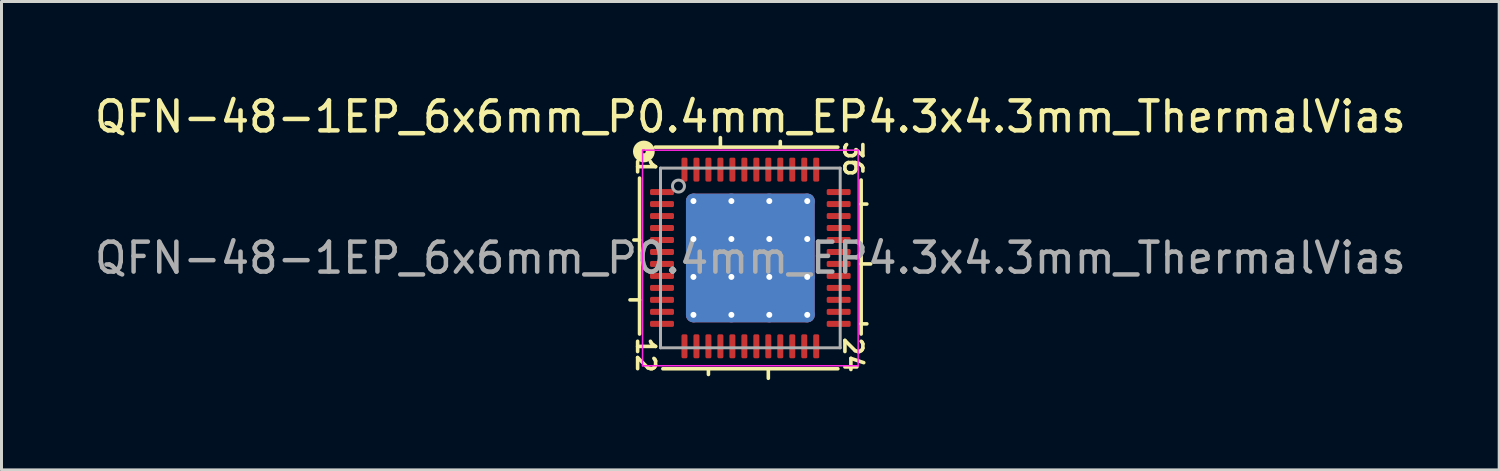
<source format=kicad_pcb>
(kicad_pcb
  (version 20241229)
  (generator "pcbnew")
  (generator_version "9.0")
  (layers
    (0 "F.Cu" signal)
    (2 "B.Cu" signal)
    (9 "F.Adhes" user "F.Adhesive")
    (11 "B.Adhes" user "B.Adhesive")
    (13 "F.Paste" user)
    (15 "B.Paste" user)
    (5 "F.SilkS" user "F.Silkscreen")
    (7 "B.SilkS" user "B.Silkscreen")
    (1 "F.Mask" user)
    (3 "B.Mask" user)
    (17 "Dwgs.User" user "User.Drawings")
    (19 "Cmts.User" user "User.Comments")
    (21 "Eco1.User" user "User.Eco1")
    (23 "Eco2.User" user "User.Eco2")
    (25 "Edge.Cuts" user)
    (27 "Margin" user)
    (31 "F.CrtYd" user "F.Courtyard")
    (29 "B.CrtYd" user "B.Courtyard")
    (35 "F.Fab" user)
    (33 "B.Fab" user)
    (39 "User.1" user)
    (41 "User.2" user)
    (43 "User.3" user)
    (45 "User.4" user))
  (footprint "QFN-48-1EP_6x6mm_P0.4mm_EP4.3x4.3mm_ThermalVias"
    (layer "F.Cu")
    (at 22.006 5.564)
    (property "Reference" "QFN-48-1EP_6x6mm_P0.4mm_EP4.3x4.3mm_ThermalVias" (at 0 -4.716 0) (layer "F.SilkS") (effects (font (size 1 1) (thickness 0.15))))
    (attr smd)
    (fp_line (start -3.7 -2.667) (end -3.7 2.54) (stroke (width 0.12) (type solid)) (layer "F.SilkS"))
    (fp_line (start -3.7 -0.6) (end -3.89 -0.6) (stroke (width 0.12) (type solid)) (layer "F.SilkS"))
    (fp_line (start -3.7 1.4) (end -4.018 1.4) (stroke (width 0.12) (type solid)) (layer "F.SilkS"))
    (fp_line (start -2.921 3.7) (end 2.921 3.7) (stroke (width 0.12) (type solid)) (layer "F.SilkS"))
    (fp_line (start -1.4 3.89) (end -1.4 3.7) (stroke (width 0.12) (type solid)) (layer "F.SilkS"))
    (fp_line (start -1 -3.7) (end -1 -4.018) (stroke (width 0.12) (type solid)) (layer "F.SilkS"))
    (fp_line (start 0.6 3.7) (end 0.6 4.018) (stroke (width 0.12) (type solid)) (layer "F.SilkS"))
    (fp_line (start 1 -3.7) (end 1 -3.89) (stroke (width 0.12) (type solid)) (layer "F.SilkS"))
    (fp_line (start 2.921 -3.7) (end -3.175 -3.7) (stroke (width 0.12) (type solid)) (layer "F.SilkS"))
    (fp_line (start 3.7 -1.8) (end 3.89 -1.8) (stroke (width 0.12) (type solid)) (layer "F.SilkS"))
    (fp_line (start 3.7 0.2) (end 4.018 0.2) (stroke (width 0.12) (type solid)) (layer "F.SilkS"))
    (fp_line (start 3.7 2.2) (end 3.89 2.2) (stroke (width 0.12) (type solid)) (layer "F.SilkS"))
    (fp_line (start 3.7 2.54) (end 3.7 -2.603) (stroke (width 0.12) (type solid)) (layer "F.SilkS"))
    (fp_circle (center -3.556 -3.556) (end -3.493 -3.556) (stroke (width 0.3) (type solid)) (fill no) (layer "F.SilkS"))
    (fp_line (start -3.6 -3.6) (end -3.6 3.6) (stroke (width 0.05) (type solid)) (layer "F.CrtYd"))
    (fp_line (start -3.6 3.6) (end 3.6 3.6) (stroke (width 0.05) (type solid)) (layer "F.CrtYd"))
    (fp_line (start 3.6 -3.6) (end -3.6 -3.6) (stroke (width 0.05) (type solid)) (layer "F.CrtYd"))
    (fp_line (start 3.6 3.6) (end 3.6 -3.6) (stroke (width 0.05) (type solid)) (layer "F.CrtYd"))
    (fp_line (start -3 -3) (end 3 -3) (stroke (width 0.1) (type solid)) (layer "F.Fab"))
    (fp_line (start -3 3) (end -3 -3) (stroke (width 0.1) (type solid)) (layer "F.Fab"))
    (fp_line (start 3 -3) (end 3 3) (stroke (width 0.1) (type solid)) (layer "F.Fab"))
    (fp_line (start 3 3) (end -3 3) (stroke (width 0.1) (type solid)) (layer "F.Fab"))
    (fp_circle (center -2.4 -2.4) (end -2.2 -2.4) (stroke (width 0.1) (type solid)) (fill no) (layer "F.Fab"))
    (fp_text user "12" (at -3.493 3.239 270) (unlocked yes) (layer "F.SilkS") (effects (font (size 0.6 0.6) (thickness 0.12))))
    (fp_text user "36" (at 3.429 -3.302 270) (unlocked yes) (layer "F.SilkS") (effects (font (size 0.6 0.6) (thickness 0.12))))
    (fp_text user "24" (at 3.429 3.239 270) (unlocked yes) (layer "F.SilkS") (effects (font (size 0.6 0.6) (thickness 0.12))))
    (fp_text user "1" (at -3.493 -3.048 270) (unlocked yes) (layer "F.SilkS") (effects (font (size 0.6 0.6) (thickness 0.12))))
    (fp_text user "${REFERENCE}" (at 0 0 0) (layer "F.Fab") (effects (font (size 1 1) (thickness 0.15))))
    (pad "" smd custom (at -1.267 -1.267) (size 1.034 1.034) (layers "F.Paste") (options (anchor circle)) (primitives (gr_poly (pts (xy 0.456 -0.356) (xy 0.456 0.356) (xy 0.356 0.456) (xy -0.356 0.456) (xy -0.456 0.356) (xy -0.456 -0.356) (xy -0.356 -0.456) (xy 0.356 -0.456)) (width 0.243) (fill yes))))
    (pad "" smd custom (at -1.267 0) (size 1.034 1.034) (layers "F.Paste") (options (anchor circle)) (primitives (gr_poly (pts (xy 0.456 -0.356) (xy 0.456 0.356) (xy 0.356 0.456) (xy -0.356 0.456) (xy -0.456 0.356) (xy -0.456 -0.356) (xy -0.356 -0.456) (xy 0.356 -0.456)) (width 0.243) (fill yes))))
    (pad "" smd custom (at -1.267 1.267) (size 1.034 1.034) (layers "F.Paste") (options (anchor circle)) (primitives (gr_poly (pts (xy 0.456 -0.356) (xy 0.456 0.356) (xy 0.356 0.456) (xy -0.356 0.456) (xy -0.456 0.356) (xy -0.456 -0.356) (xy -0.356 -0.456) (xy 0.356 -0.456)) (width 0.243) (fill yes))))
    (pad "" smd custom (at 0 -1.267) (size 1.034 1.034) (layers "F.Paste") (options (anchor circle)) (primitives (gr_poly (pts (xy 0.456 -0.356) (xy 0.456 0.356) (xy 0.356 0.456) (xy -0.356 0.456) (xy -0.456 0.356) (xy -0.456 -0.356) (xy -0.356 -0.456) (xy 0.356 -0.456)) (width 0.243) (fill yes))))
    (pad "" smd custom (at 0 0) (size 1.034 1.034) (layers "F.Paste") (options (anchor circle)) (primitives (gr_poly (pts (xy 0.456 -0.356) (xy 0.456 0.356) (xy 0.356 0.456) (xy -0.356 0.456) (xy -0.456 0.356) (xy -0.456 -0.356) (xy -0.356 -0.456) (xy 0.356 -0.456)) (width 0.243) (fill yes))))
    (pad "" smd custom (at 0 1.267) (size 1.034 1.034) (layers "F.Paste") (options (anchor circle)) (primitives (gr_poly (pts (xy 0.456 -0.356) (xy 0.456 0.356) (xy 0.356 0.456) (xy -0.356 0.456) (xy -0.456 0.356) (xy -0.456 -0.356) (xy -0.356 -0.456) (xy 0.356 -0.456)) (width 0.243) (fill yes))))
    (pad "" smd custom (at 1.267 -1.267) (size 1.034 1.034) (layers "F.Paste") (options (anchor circle)) (primitives (gr_poly (pts (xy 0.456 -0.356) (xy 0.456 0.356) (xy 0.356 0.456) (xy -0.356 0.456) (xy -0.456 0.356) (xy -0.456 -0.356) (xy -0.356 -0.456) (xy 0.356 -0.456)) (width 0.243) (fill yes))))
    (pad "" smd custom (at 1.267 0) (size 1.034 1.034) (layers "F.Paste") (options (anchor circle)) (primitives (gr_poly (pts (xy 0.456 -0.356) (xy 0.456 0.356) (xy 0.356 0.456) (xy -0.356 0.456) (xy -0.456 0.356) (xy -0.456 -0.356) (xy -0.356 -0.456) (xy 0.356 -0.456)) (width 0.243) (fill yes))))
    (pad "" smd custom (at 1.267 1.267) (size 1.034 1.034) (layers "F.Paste") (options (anchor circle)) (primitives (gr_poly (pts (xy 0.456 -0.356) (xy 0.456 0.356) (xy 0.356 0.456) (xy -0.356 0.456) (xy -0.456 0.356) (xy -0.456 -0.356) (xy -0.356 -0.456) (xy 0.356 -0.456)) (width 0.243) (fill yes))))
    (pad "1" smd roundrect (at -2.95 -2.2) (size 0.8 0.2) (layers "F.Cu" "F.Mask" "F.Paste") (roundrect_rratio 0.25))
    (pad "2" smd roundrect (at -2.95 -1.8) (size 0.8 0.2) (layers "F.Cu" "F.Mask" "F.Paste") (roundrect_rratio 0.25))
    (pad "3" smd roundrect (at -2.95 -1.4) (size 0.8 0.2) (layers "F.Cu" "F.Mask" "F.Paste") (roundrect_rratio 0.25))
    (pad "4" smd roundrect (at -2.95 -1) (size 0.8 0.2) (layers "F.Cu" "F.Mask" "F.Paste") (roundrect_rratio 0.25))
    (pad "5" smd roundrect (at -2.95 -0.6) (size 0.8 0.2) (layers "F.Cu" "F.Mask" "F.Paste") (roundrect_rratio 0.25))
    (pad "6" smd roundrect (at -2.95 -0.2) (size 0.8 0.2) (layers "F.Cu" "F.Mask" "F.Paste") (roundrect_rratio 0.25))
    (pad "7" smd roundrect (at -2.95 0.2) (size 0.8 0.2) (layers "F.Cu" "F.Mask" "F.Paste") (roundrect_rratio 0.25))
    (pad "8" smd roundrect (at -2.95 0.6) (size 0.8 0.2) (layers "F.Cu" "F.Mask" "F.Paste") (roundrect_rratio 0.25))
    (pad "9" smd roundrect (at -2.95 1) (size 0.8 0.2) (layers "F.Cu" "F.Mask" "F.Paste") (roundrect_rratio 0.25))
    (pad "10" smd roundrect (at -2.95 1.4) (size 0.8 0.2) (layers "F.Cu" "F.Mask" "F.Paste") (roundrect_rratio 0.25))
    (pad "11" smd roundrect (at -2.95 1.8) (size 0.8 0.2) (layers "F.Cu" "F.Mask" "F.Paste") (roundrect_rratio 0.25))
    (pad "12" smd roundrect (at -2.95 2.2) (size 0.8 0.2) (layers "F.Cu" "F.Mask" "F.Paste") (roundrect_rratio 0.25))
    (pad "13" smd roundrect (at -2.2 2.95) (size 0.2 0.8) (layers "F.Cu" "F.Mask" "F.Paste") (roundrect_rratio 0.25))
    (pad "14" smd roundrect (at -1.8 2.95) (size 0.2 0.8) (layers "F.Cu" "F.Mask" "F.Paste") (roundrect_rratio 0.25))
    (pad "15" smd roundrect (at -1.4 2.95) (size 0.2 0.8) (layers "F.Cu" "F.Mask" "F.Paste") (roundrect_rratio 0.25))
    (pad "16" smd roundrect (at -1 2.95) (size 0.2 0.8) (layers "F.Cu" "F.Mask" "F.Paste") (roundrect_rratio 0.25))
    (pad "17" smd roundrect (at -0.6 2.95) (size 0.2 0.8) (layers "F.Cu" "F.Mask" "F.Paste") (roundrect_rratio 0.25))
    (pad "18" smd roundrect (at -0.2 2.95) (size 0.2 0.8) (layers "F.Cu" "F.Mask" "F.Paste") (roundrect_rratio 0.25))
    (pad "19" smd roundrect (at 0.2 2.95) (size 0.2 0.8) (layers "F.Cu" "F.Mask" "F.Paste") (roundrect_rratio 0.25))
    (pad "20" smd roundrect (at 0.6 2.95) (size 0.2 0.8) (layers "F.Cu" "F.Mask" "F.Paste") (roundrect_rratio 0.25))
    (pad "21" smd roundrect (at 1 2.95) (size 0.2 0.8) (layers "F.Cu" "F.Mask" "F.Paste") (roundrect_rratio 0.25))
    (pad "22" smd roundrect (at 1.4 2.95) (size 0.2 0.8) (layers "F.Cu" "F.Mask" "F.Paste") (roundrect_rratio 0.25))
    (pad "23" smd roundrect (at 1.8 2.95) (size 0.2 0.8) (layers "F.Cu" "F.Mask" "F.Paste") (roundrect_rratio 0.25))
    (pad "24" smd roundrect (at 2.2 2.95) (size 0.2 0.8) (layers "F.Cu" "F.Mask" "F.Paste") (roundrect_rratio 0.25))
    (pad "25" smd roundrect (at 2.95 2.2) (size 0.8 0.2) (layers "F.Cu" "F.Mask" "F.Paste") (roundrect_rratio 0.25))
    (pad "26" smd roundrect (at 2.95 1.8) (size 0.8 0.2) (layers "F.Cu" "F.Mask" "F.Paste") (roundrect_rratio 0.25))
    (pad "27" smd roundrect (at 2.95 1.4) (size 0.8 0.2) (layers "F.Cu" "F.Mask" "F.Paste") (roundrect_rratio 0.25))
    (pad "28" smd roundrect (at 2.95 1) (size 0.8 0.2) (layers "F.Cu" "F.Mask" "F.Paste") (roundrect_rratio 0.25))
    (pad "29" smd roundrect (at 2.95 0.6) (size 0.8 0.2) (layers "F.Cu" "F.Mask" "F.Paste") (roundrect_rratio 0.25))
    (pad "30" smd roundrect (at 2.95 0.2) (size 0.8 0.2) (layers "F.Cu" "F.Mask" "F.Paste") (roundrect_rratio 0.25))
    (pad "31" smd roundrect (at 2.95 -0.2) (size 0.8 0.2) (layers "F.Cu" "F.Mask" "F.Paste") (roundrect_rratio 0.25))
    (pad "32" smd roundrect (at 2.95 -0.6) (size 0.8 0.2) (layers "F.Cu" "F.Mask" "F.Paste") (roundrect_rratio 0.25))
    (pad "33" smd roundrect (at 2.95 -1) (size 0.8 0.2) (layers "F.Cu" "F.Mask" "F.Paste") (roundrect_rratio 0.25))
    (pad "34" smd roundrect (at 2.95 -1.4) (size 0.8 0.2) (layers "F.Cu" "F.Mask" "F.Paste") (roundrect_rratio 0.25))
    (pad "35" smd roundrect (at 2.95 -1.8) (size 0.8 0.2) (layers "F.Cu" "F.Mask" "F.Paste") (roundrect_rratio 0.25))
    (pad "36" smd roundrect (at 2.95 -2.2) (size 0.8 0.2) (layers "F.Cu" "F.Mask" "F.Paste") (roundrect_rratio 0.25))
    (pad "37" smd roundrect (at 2.2 -2.95) (size 0.2 0.8) (layers "F.Cu" "F.Mask" "F.Paste") (roundrect_rratio 0.25))
    (pad "38" smd roundrect (at 1.8 -2.95) (size 0.2 0.8) (layers "F.Cu" "F.Mask" "F.Paste") (roundrect_rratio 0.25))
    (pad "39" smd roundrect (at 1.4 -2.95) (size 0.2 0.8) (layers "F.Cu" "F.Mask" "F.Paste") (roundrect_rratio 0.25))
    (pad "40" smd roundrect (at 1 -2.95) (size 0.2 0.8) (layers "F.Cu" "F.Mask" "F.Paste") (roundrect_rratio 0.25))
    (pad "41" smd roundrect (at 0.6 -2.95) (size 0.2 0.8) (layers "F.Cu" "F.Mask" "F.Paste") (roundrect_rratio 0.25))
    (pad "42" smd roundrect (at 0.2 -2.95) (size 0.2 0.8) (layers "F.Cu" "F.Mask" "F.Paste") (roundrect_rratio 0.25))
    (pad "43" smd roundrect (at -0.2 -2.95) (size 0.2 0.8) (layers "F.Cu" "F.Mask" "F.Paste") (roundrect_rratio 0.25))
    (pad "44" smd roundrect (at -0.6 -2.95) (size 0.2 0.8) (layers "F.Cu" "F.Mask" "F.Paste") (roundrect_rratio 0.25))
    (pad "45" smd roundrect (at -1 -2.95) (size 0.2 0.8) (layers "F.Cu" "F.Mask" "F.Paste") (roundrect_rratio 0.25))
    (pad "46" smd roundrect (at -1.4 -2.95) (size 0.2 0.8) (layers "F.Cu" "F.Mask" "F.Paste") (roundrect_rratio 0.25))
    (pad "47" smd roundrect (at -1.8 -2.95) (size 0.2 0.8) (layers "F.Cu" "F.Mask" "F.Paste") (roundrect_rratio 0.25))
    (pad "48" smd roundrect (at -2.2 -2.95) (size 0.2 0.8) (layers "F.Cu" "F.Mask" "F.Paste") (roundrect_rratio 0.25))
    (pad "49" thru_hole circle (at -1.9 -1.9) (size 0.5 0.5) (drill 0.2) (property pad_prop_heatsink) (layers "*.Cu"))
    (pad "49" thru_hole circle (at -1.9 -0.633) (size 0.5 0.5) (drill 0.2) (property pad_prop_heatsink) (layers "*.Cu"))
    (pad "49" thru_hole circle (at -1.9 0.633) (size 0.5 0.5) (drill 0.2) (property pad_prop_heatsink) (layers "*.Cu"))
    (pad "49" thru_hole circle (at -1.9 1.9) (size 0.5 0.5) (drill 0.2) (property pad_prop_heatsink) (layers "*.Cu"))
    (pad "49" thru_hole circle (at -0.633 -1.9) (size 0.5 0.5) (drill 0.2) (property pad_prop_heatsink) (layers "*.Cu"))
    (pad "49" thru_hole circle (at -0.633 -0.633) (size 0.5 0.5) (drill 0.2) (property pad_prop_heatsink) (layers "*.Cu"))
    (pad "49" thru_hole circle (at -0.633 0.633) (size 0.5 0.5) (drill 0.2) (property pad_prop_heatsink) (layers "*.Cu"))
    (pad "49" thru_hole circle (at -0.633 1.9) (size 0.5 0.5) (drill 0.2) (property pad_prop_heatsink) (layers "*.Cu"))
    (pad "49" smd roundrect (at 0 0) (size 4.3 4.3) (layers "F.Cu" "F.Mask") (roundrect_rratio 0.058))
    (pad "49" smd roundrect (at 0 0) (size 4.3 4.3) (layers "B.Cu" "B.Mask") (roundrect_rratio 0.058))
    (pad "49" thru_hole circle (at 0.633 -1.9) (size 0.5 0.5) (drill 0.2) (property pad_prop_heatsink) (layers "*.Cu"))
    (pad "49" thru_hole circle (at 0.633 -0.633) (size 0.5 0.5) (drill 0.2) (property pad_prop_heatsink) (layers "*.Cu"))
    (pad "49" thru_hole circle (at 0.633 0.633) (size 0.5 0.5) (drill 0.2) (property pad_prop_heatsink) (layers "*.Cu"))
    (pad "49" thru_hole circle (at 0.633 1.9) (size 0.5 0.5) (drill 0.2) (property pad_prop_heatsink) (layers "*.Cu"))
    (pad "49" thru_hole circle (at 1.9 -1.9) (size 0.5 0.5) (drill 0.2) (property pad_prop_heatsink) (layers "*.Cu"))
    (pad "49" thru_hole circle (at 1.9 -0.633) (size 0.5 0.5) (drill 0.2) (property pad_prop_heatsink) (layers "*.Cu"))
    (pad "49" thru_hole circle (at 1.9 0.633) (size 0.5 0.5) (drill 0.2) (property pad_prop_heatsink) (layers "*.Cu"))
    (pad "49" thru_hole circle (at 1.9 1.9) (size 0.5 0.5) (drill 0.2) (property pad_prop_heatsink) (layers "*.Cu")))
  (gr_rect
    (start -3 -3)
    (end 47.012 12.642)
    (stroke (width 0.1) (type default))
    (fill no)
    (layer "Edge.Cuts")))
</source>
